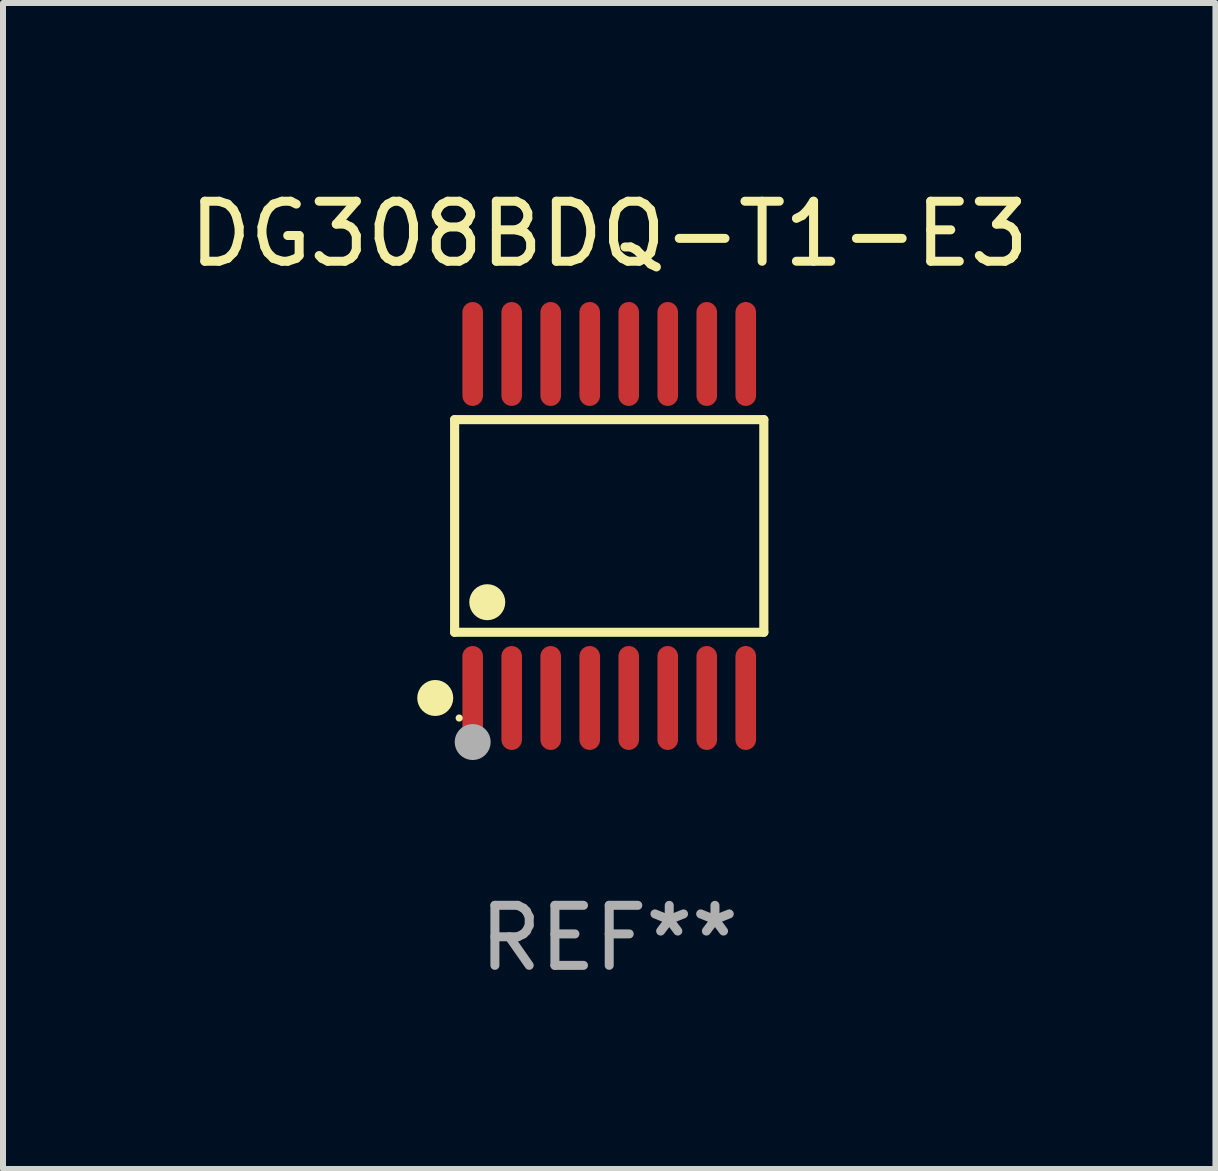
<source format=kicad_pcb>
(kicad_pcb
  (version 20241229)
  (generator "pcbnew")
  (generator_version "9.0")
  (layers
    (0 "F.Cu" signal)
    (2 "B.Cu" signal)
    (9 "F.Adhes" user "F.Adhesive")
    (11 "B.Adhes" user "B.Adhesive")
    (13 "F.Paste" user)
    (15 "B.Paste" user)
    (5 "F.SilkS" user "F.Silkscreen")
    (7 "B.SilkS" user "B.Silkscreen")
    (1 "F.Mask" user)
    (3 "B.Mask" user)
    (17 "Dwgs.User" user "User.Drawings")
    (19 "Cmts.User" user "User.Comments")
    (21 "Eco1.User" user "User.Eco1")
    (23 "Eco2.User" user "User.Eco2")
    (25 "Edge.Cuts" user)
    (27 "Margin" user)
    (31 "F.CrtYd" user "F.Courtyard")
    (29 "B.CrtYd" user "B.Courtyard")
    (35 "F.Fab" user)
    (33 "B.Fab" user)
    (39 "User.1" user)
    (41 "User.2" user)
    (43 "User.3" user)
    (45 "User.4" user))
  (footprint "DG308BDQ-T1-E3"
    (layer "F.Cu")
    (at 7.101 5.714)
    (property "Reference" "DG308BDQ-T1-E3" (at 0 -4.866 0) (layer "F.SilkS") (effects (font (size 1 1) (thickness 0.15))))
    (attr through_hole)
    (fp_line (start -2.576 -1.772) (end 2.576 -1.772) (stroke (width 0.152) (type solid)) (layer "F.SilkS"))
    (fp_line (start -2.576 1.771) (end -2.576 -1.772) (stroke (width 0.152) (type solid)) (layer "F.SilkS"))
    (fp_line (start 2.576 -1.772) (end 2.576 1.771) (stroke (width 0.152) (type solid)) (layer "F.SilkS"))
    (fp_line (start 2.576 1.771) (end -2.576 1.771) (stroke (width 0.152) (type solid)) (layer "F.SilkS"))
    (fp_circle (center -2.899 2.866) (end -2.749 2.866) (stroke (width 0.3) (type solid)) (fill no) (layer "F.SilkS"))
    (fp_circle (center -2.5 3.2) (end -2.47 3.2) (stroke (width 0.06) (type solid)) (fill no) (layer "F.SilkS"))
    (fp_circle (center -2.032 1.27) (end -1.882 1.27) (stroke (width 0.3) (type solid)) (fill no) (layer "F.SilkS"))
    (fp_circle (center -2.275 3.6) (end -2.125 3.6) (stroke (width 0.3) (type solid)) (fill no) (layer "F.Fab"))
    (fp_text user "REF**" (at 0 6.866 0) (layer "F.Fab") (effects (font (size 1 1) (thickness 0.15))))
    (pad "1" smd oval (at -2.275 2.866) (size 0.343 1.731) (layers "F.Cu" "F.Mask" "F.Paste"))
    (pad "2" smd oval (at -1.625 2.866) (size 0.343 1.731) (layers "F.Cu" "F.Mask" "F.Paste"))
    (pad "3" smd oval (at -0.975 2.866) (size 0.343 1.731) (layers "F.Cu" "F.Mask" "F.Paste"))
    (pad "4" smd oval (at -0.325 2.866) (size 0.343 1.731) (layers "F.Cu" "F.Mask" "F.Paste"))
    (pad "5" smd oval (at 0.325 2.866) (size 0.343 1.731) (layers "F.Cu" "F.Mask" "F.Paste"))
    (pad "6" smd oval (at 0.975 2.866) (size 0.343 1.731) (layers "F.Cu" "F.Mask" "F.Paste"))
    (pad "7" smd oval (at 1.625 2.866) (size 0.343 1.731) (layers "F.Cu" "F.Mask" "F.Paste"))
    (pad "8" smd oval (at 2.275 2.866) (size 0.343 1.731) (layers "F.Cu" "F.Mask" "F.Paste"))
    (pad "9" smd oval (at 2.275 -2.866) (size 0.343 1.731) (layers "F.Cu" "F.Mask" "F.Paste"))
    (pad "10" smd oval (at 1.625 -2.866) (size 0.343 1.731) (layers "F.Cu" "F.Mask" "F.Paste"))
    (pad "11" smd oval (at 0.975 -2.866) (size 0.343 1.731) (layers "F.Cu" "F.Mask" "F.Paste"))
    (pad "12" smd oval (at 0.325 -2.866) (size 0.343 1.731) (layers "F.Cu" "F.Mask" "F.Paste"))
    (pad "13" smd oval (at -0.325 -2.866) (size 0.343 1.731) (layers "F.Cu" "F.Mask" "F.Paste"))
    (pad "14" smd oval (at -0.975 -2.866) (size 0.343 1.731) (layers "F.Cu" "F.Mask" "F.Paste"))
    (pad "15" smd oval (at -1.625 -2.866) (size 0.343 1.731) (layers "F.Cu" "F.Mask" "F.Paste"))
    (pad "16" smd oval (at -2.275 -2.866) (size 0.343 1.731) (layers "F.Cu" "F.Mask" "F.Paste")))
  (gr_rect
    (start -3 -3)
    (end 17.202 16.428)
    (stroke (width 0.1) (type default))
    (fill no)
    (layer "Edge.Cuts")))
</source>
